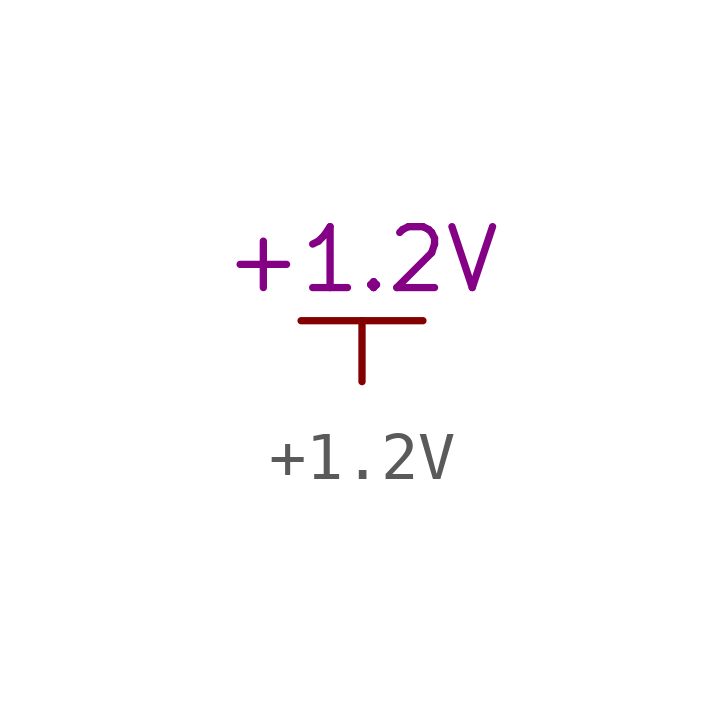
<source format=kicad_sym>
(kicad_symbol_lib
  (version 20211014)
  (generator kicad_symbol_editor)
  (symbol "+1.2V"
    (power)
    (pin_numbers hide)
    (pin_names
      (offset 0) hide)
    (property "Reference" "#PWR"
      (at 5.08 1.27 0)
      (effects (font (size 1.27 1.27)) hide))
    (property "PartValue" "+1.2V"
      (at 0 2.54 0)
      (effects (font (size 1.27 1.27))))
    (symbol "+1.2V_0_1"
      (polyline (pts (xy -1.27 1.27) (xy 1.27 1.27)) (stroke (width 0.152) (type default) (color 0 0 0 0)) (fill (type none))))
    (symbol "+1.2V_1_1"
      (pin power_in line (at 0 0 90) (length 1.27) (name "+1.2V" (effects (font (size 1.27 1.27)))) (number "1" (effects (font (size 1.27 1.27))))))))
</source>
